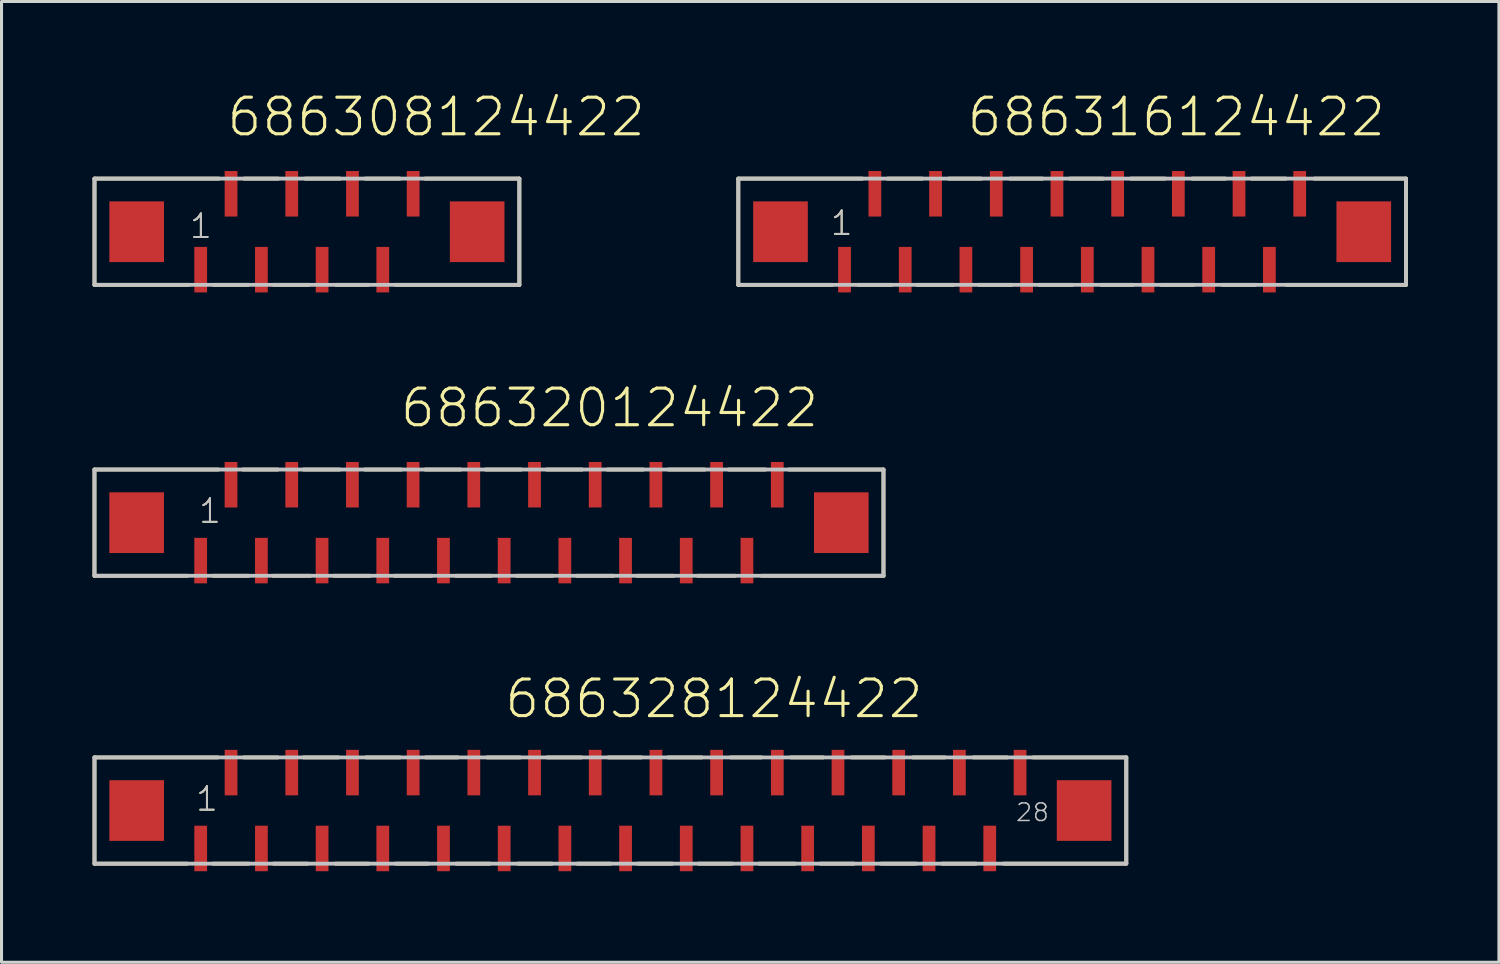
<source format=kicad_pcb>
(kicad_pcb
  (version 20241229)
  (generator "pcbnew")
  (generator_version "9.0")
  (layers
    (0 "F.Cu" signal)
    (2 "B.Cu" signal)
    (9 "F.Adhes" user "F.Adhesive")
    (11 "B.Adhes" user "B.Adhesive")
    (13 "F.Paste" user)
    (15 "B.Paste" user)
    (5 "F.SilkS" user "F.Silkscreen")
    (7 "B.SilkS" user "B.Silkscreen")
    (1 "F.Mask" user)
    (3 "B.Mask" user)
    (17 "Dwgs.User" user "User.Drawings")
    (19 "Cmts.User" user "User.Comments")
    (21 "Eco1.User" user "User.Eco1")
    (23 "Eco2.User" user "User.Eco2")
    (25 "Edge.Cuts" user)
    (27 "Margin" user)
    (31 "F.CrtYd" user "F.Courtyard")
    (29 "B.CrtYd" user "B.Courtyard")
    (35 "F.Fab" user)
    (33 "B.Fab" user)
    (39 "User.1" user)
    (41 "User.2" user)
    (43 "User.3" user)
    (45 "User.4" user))
  (footprint "686308124422"
    (layer "F.Cu")
    (at 7.064 4.586)
    (property "Reference" "686308124422" (at -2.7 -3.075 0) (layer "F.SilkS") (effects (font (size 1.206 1.206) (thickness 0.102)) (justify left bottom)))
    (attr through_hole)
    (fp_line (start -7 -1.75) (end -7 1.75) (stroke (width 0.127) (type solid)) (layer "F.SilkS"))
    (fp_line (start -7 1.75) (end -3.91 1.75) (stroke (width 0.127) (type solid)) (layer "F.SilkS"))
    (fp_line (start -3.07 1.75) (end -1.94 1.75) (stroke (width 0.127) (type solid)) (layer "F.SilkS"))
    (fp_line (start -2.9 -1.75) (end -7 -1.75) (stroke (width 0.127) (type solid)) (layer "F.SilkS"))
    (fp_line (start -2.07 -1.75) (end -0.94 -1.75) (stroke (width 0.127) (type solid)) (layer "F.SilkS"))
    (fp_line (start -1.1 1.75) (end 0.06 1.75) (stroke (width 0.127) (type solid)) (layer "F.SilkS"))
    (fp_line (start -0.06 -1.75) (end 1.09 -1.75) (stroke (width 0.127) (type solid)) (layer "F.SilkS"))
    (fp_line (start 0.96 1.75) (end 2.02 1.75) (stroke (width 0.127) (type solid)) (layer "F.SilkS"))
    (fp_line (start 1.92 -1.75) (end 3.06 -1.75) (stroke (width 0.127) (type solid)) (layer "F.SilkS"))
    (fp_line (start 3.89 -1.75) (end 7 -1.75) (stroke (width 0.127) (type solid)) (layer "F.SilkS"))
    (fp_line (start 7 -1.75) (end 7 1.75) (stroke (width 0.127) (type solid)) (layer "F.SilkS"))
    (fp_line (start 7 1.75) (end 2.92 1.75) (stroke (width 0.127) (type solid)) (layer "F.SilkS"))
    (fp_line (start -7 -1.75) (end -7 1.75) (stroke (width 0.127) (type solid)) (layer "Dwgs.User"))
    (fp_line (start -7 1.75) (end 7 1.75) (stroke (width 0.127) (type solid)) (layer "Dwgs.User"))
    (fp_line (start 7 -1.75) (end -7 -1.75) (stroke (width 0.127) (type solid)) (layer "Dwgs.User"))
    (fp_line (start 7 1.75) (end 7 -1.75) (stroke (width 0.127) (type solid)) (layer "Dwgs.User"))
    (fp_text user "1" (at -3.905 0.27 0) (layer "F.SilkS") (effects (font (size 0.772 0.772) (thickness 0.065)) (justify left bottom)))
    (fp_text user "1" (at -3.905 0.27 0) (layer "Dwgs.User") (effects (font (size 0.772 0.772) (thickness 0.065)) (justify left bottom)))
    (pad "1" smd rect (at -3.5 1.25 180) (size 0.42 1.5) (layers "F.Cu" "F.Mask" "F.Paste"))
    (pad "2" smd rect (at -2.5 -1.25 180) (size 0.42 1.5) (layers "F.Cu" "F.Mask" "F.Paste"))
    (pad "3" smd rect (at -1.5 1.25 180) (size 0.42 1.5) (layers "F.Cu" "F.Mask" "F.Paste"))
    (pad "4" smd rect (at -0.5 -1.25 180) (size 0.42 1.5) (layers "F.Cu" "F.Mask" "F.Paste"))
    (pad "5" smd rect (at 0.5 1.25 180) (size 0.42 1.5) (layers "F.Cu" "F.Mask" "F.Paste"))
    (pad "6" smd rect (at 1.5 -1.25 180) (size 0.42 1.5) (layers "F.Cu" "F.Mask" "F.Paste"))
    (pad "7" smd rect (at 2.5 1.25 180) (size 0.42 1.5) (layers "F.Cu" "F.Mask" "F.Paste"))
    (pad "8" smd rect (at 3.5 -1.25 180) (size 0.42 1.5) (layers "F.Cu" "F.Mask" "F.Paste"))
    (pad "Z1" smd rect (at -5.61 0 180) (size 1.8 2) (layers "F.Cu" "F.Mask" "F.Paste"))
    (pad "Z2" smd rect (at 5.61 0 180) (size 1.8 2) (layers "F.Cu" "F.Mask" "F.Paste")))
  (footprint "686328124422"
    (layer "F.Cu")
    (at 17.064 23.659)
    (property "Reference" "686328124422" (at -3.545 -2.975 0) (layer "F.SilkS") (effects (font (size 1.206 1.206) (thickness 0.102)) (justify left bottom)))
    (attr through_hole)
    (fp_line (start -17 -1.75) (end -17 1.75) (stroke (width 0.127) (type solid)) (layer "F.SilkS"))
    (fp_line (start -17 1.75) (end -13.95 1.75) (stroke (width 0.127) (type solid)) (layer "F.SilkS"))
    (fp_line (start -13.09 1.75) (end -11.92 1.75) (stroke (width 0.127) (type solid)) (layer "F.SilkS"))
    (fp_line (start -12.94 -1.75) (end -17 -1.75) (stroke (width 0.127) (type solid)) (layer "F.SilkS"))
    (fp_line (start -12.08 -1.75) (end -10.96 -1.75) (stroke (width 0.127) (type solid)) (layer "F.SilkS"))
    (fp_line (start -11.1 1.75) (end -9.97 1.75) (stroke (width 0.127) (type solid)) (layer "F.SilkS"))
    (fp_line (start -10.11 -1.75) (end -8.96 -1.75) (stroke (width 0.127) (type solid)) (layer "F.SilkS"))
    (fp_line (start -9.06 1.75) (end -7.97 1.75) (stroke (width 0.127) (type solid)) (layer "F.SilkS"))
    (fp_line (start -8.05 -1.75) (end -6.94 -1.75) (stroke (width 0.127) (type solid)) (layer "F.SilkS"))
    (fp_line (start -7.07 1.75) (end -6 1.75) (stroke (width 0.127) (type solid)) (layer "F.SilkS"))
    (fp_line (start -6.09 -1.75) (end -5.03 -1.75) (stroke (width 0.127) (type solid)) (layer "F.SilkS"))
    (fp_line (start -5.08 1.75) (end -3.98 1.75) (stroke (width 0.127) (type solid)) (layer "F.SilkS"))
    (fp_line (start -4.06 -1.75) (end -2.98 -1.75) (stroke (width 0.127) (type solid)) (layer "F.SilkS"))
    (fp_line (start -3.05 1.75) (end -1.93 1.75) (stroke (width 0.127) (type solid)) (layer "F.SilkS"))
    (fp_line (start -2.08 -1.75) (end -0.96 -1.75) (stroke (width 0.127) (type solid)) (layer "F.SilkS"))
    (fp_line (start -1.09 1.75) (end 0 1.75) (stroke (width 0.127) (type solid)) (layer "F.SilkS"))
    (fp_line (start -0.07 -1.75) (end 1.02 -1.75) (stroke (width 0.127) (type solid)) (layer "F.SilkS"))
    (fp_line (start 0.9 1.75) (end 2.04 1.75) (stroke (width 0.127) (type solid)) (layer "F.SilkS"))
    (fp_line (start 1.9 -1.75) (end 3.01 -1.75) (stroke (width 0.127) (type solid)) (layer "F.SilkS"))
    (fp_line (start 2.9 1.75) (end 4.01 1.75) (stroke (width 0.127) (type solid)) (layer "F.SilkS"))
    (fp_line (start 3.96 -1.75) (end 4.97 -1.75) (stroke (width 0.127) (type solid)) (layer "F.SilkS"))
    (fp_line (start 4.9 1.75) (end 6.08 1.75) (stroke (width 0.127) (type solid)) (layer "F.SilkS"))
    (fp_line (start 5.95 -1.75) (end 7.01 -1.75) (stroke (width 0.127) (type solid)) (layer "F.SilkS"))
    (fp_line (start 6.91 1.75) (end 8.02 1.75) (stroke (width 0.127) (type solid)) (layer "F.SilkS"))
    (fp_line (start 7.95 -1.75) (end 9.04 -1.75) (stroke (width 0.127) (type solid)) (layer "F.SilkS"))
    (fp_line (start 8.92 1.75) (end 10.07 1.75) (stroke (width 0.127) (type solid)) (layer "F.SilkS"))
    (fp_line (start 9.97 -1.75) (end 11.02 -1.75) (stroke (width 0.127) (type solid)) (layer "F.SilkS"))
    (fp_line (start 10.93 1.75) (end 12.04 1.75) (stroke (width 0.127) (type solid)) (layer "F.SilkS"))
    (fp_line (start 11.96 -1.75) (end 13.08 -1.75) (stroke (width 0.127) (type solid)) (layer "F.SilkS"))
    (fp_line (start 12.96 1.75) (end 17 1.75) (stroke (width 0.127) (type solid)) (layer "F.SilkS"))
    (fp_line (start 17 -1.75) (end 13.93 -1.75) (stroke (width 0.127) (type solid)) (layer "F.SilkS"))
    (fp_line (start 17 1.75) (end 17 -1.75) (stroke (width 0.127) (type solid)) (layer "F.SilkS"))
    (fp_line (start -17 -1.75) (end -17 1.75) (stroke (width 0.127) (type solid)) (layer "Dwgs.User"))
    (fp_line (start -17 1.75) (end 17 1.75) (stroke (width 0.127) (type solid)) (layer "Dwgs.User"))
    (fp_line (start 17 -1.75) (end -17 -1.75) (stroke (width 0.127) (type solid)) (layer "Dwgs.User"))
    (fp_line (start 17 1.75) (end 17 -1.75) (stroke (width 0.127) (type solid)) (layer "Dwgs.User"))
    (fp_text user "1" (at -13.705 0.07 0) (layer "F.SilkS") (effects (font (size 0.772 0.772) (thickness 0.065)) (justify left bottom)))
    (fp_text user "28" (at 13.325 0.4 0) (layer "Dwgs.User") (effects (font (size 0.579 0.579) (thickness 0.049)) (justify left bottom)))
    (fp_text user "1" (at -13.705 0.07 0) (layer "Dwgs.User") (effects (font (size 0.772 0.772) (thickness 0.065)) (justify left bottom)))
    (pad "1" smd rect (at -13.5 1.25 180) (size 0.42 1.5) (layers "F.Cu" "F.Mask" "F.Paste"))
    (pad "2" smd rect (at -12.5 -1.25 180) (size 0.42 1.5) (layers "F.Cu" "F.Mask" "F.Paste"))
    (pad "3" smd rect (at -11.5 1.25 180) (size 0.42 1.5) (layers "F.Cu" "F.Mask" "F.Paste"))
    (pad "4" smd rect (at -10.5 -1.25 180) (size 0.42 1.5) (layers "F.Cu" "F.Mask" "F.Paste"))
    (pad "5" smd rect (at -9.5 1.25 180) (size 0.42 1.5) (layers "F.Cu" "F.Mask" "F.Paste"))
    (pad "6" smd rect (at -8.5 -1.25 180) (size 0.42 1.5) (layers "F.Cu" "F.Mask" "F.Paste"))
    (pad "7" smd rect (at -7.5 1.25 180) (size 0.42 1.5) (layers "F.Cu" "F.Mask" "F.Paste"))
    (pad "8" smd rect (at -6.5 -1.25 180) (size 0.42 1.5) (layers "F.Cu" "F.Mask" "F.Paste"))
    (pad "9" smd rect (at -5.5 1.25 180) (size 0.42 1.5) (layers "F.Cu" "F.Mask" "F.Paste"))
    (pad "10" smd rect (at -4.5 -1.25 180) (size 0.42 1.5) (layers "F.Cu" "F.Mask" "F.Paste"))
    (pad "11" smd rect (at -3.5 1.25 180) (size 0.42 1.5) (layers "F.Cu" "F.Mask" "F.Paste"))
    (pad "12" smd rect (at -2.5 -1.25 180) (size 0.42 1.5) (layers "F.Cu" "F.Mask" "F.Paste"))
    (pad "13" smd rect (at -1.5 1.25 180) (size 0.42 1.5) (layers "F.Cu" "F.Mask" "F.Paste"))
    (pad "14" smd rect (at -0.5 -1.25 180) (size 0.42 1.5) (layers "F.Cu" "F.Mask" "F.Paste"))
    (pad "15" smd rect (at 0.5 1.25 180) (size 0.42 1.5) (layers "F.Cu" "F.Mask" "F.Paste"))
    (pad "16" smd rect (at 1.5 -1.25 180) (size 0.42 1.5) (layers "F.Cu" "F.Mask" "F.Paste"))
    (pad "17" smd rect (at 2.5 1.25 180) (size 0.42 1.5) (layers "F.Cu" "F.Mask" "F.Paste"))
    (pad "18" smd rect (at 3.5 -1.25 180) (size 0.42 1.5) (layers "F.Cu" "F.Mask" "F.Paste"))
    (pad "19" smd rect (at 4.5 1.25 180) (size 0.42 1.5) (layers "F.Cu" "F.Mask" "F.Paste"))
    (pad "20" smd rect (at 5.5 -1.25 180) (size 0.42 1.5) (layers "F.Cu" "F.Mask" "F.Paste"))
    (pad "21" smd rect (at 6.5 1.25 180) (size 0.42 1.5) (layers "F.Cu" "F.Mask" "F.Paste"))
    (pad "22" smd rect (at 7.5 -1.25 180) (size 0.42 1.5) (layers "F.Cu" "F.Mask" "F.Paste"))
    (pad "23" smd rect (at 8.5 1.25 180) (size 0.42 1.5) (layers "F.Cu" "F.Mask" "F.Paste"))
    (pad "24" smd rect (at 9.5 -1.25 180) (size 0.42 1.5) (layers "F.Cu" "F.Mask" "F.Paste"))
    (pad "25" smd rect (at 10.5 1.25 180) (size 0.42 1.5) (layers "F.Cu" "F.Mask" "F.Paste"))
    (pad "26" smd rect (at 11.5 -1.25 180) (size 0.42 1.5) (layers "F.Cu" "F.Mask" "F.Paste"))
    (pad "27" smd rect (at 12.5 1.25 180) (size 0.42 1.5) (layers "F.Cu" "F.Mask" "F.Paste"))
    (pad "28" smd rect (at 13.5 -1.25 180) (size 0.42 1.5) (layers "F.Cu" "F.Mask" "F.Paste"))
    (pad "Z1" smd rect (at -15.61 0 180) (size 1.8 2) (layers "F.Cu" "F.Mask" "F.Paste"))
    (pad "Z2" smd rect (at 15.61 0 180) (size 1.8 2) (layers "F.Cu" "F.Mask" "F.Paste")))
  (footprint "686320124422"
    (layer "F.Cu")
    (at 13.063 14.173)
    (property "Reference" "686320124422" (at -2.985 -3.075 0) (layer "F.SilkS") (effects (font (size 1.206 1.206) (thickness 0.102)) (justify left bottom)))
    (attr through_hole)
    (fp_line (start -13 -1.75) (end -13 1.75) (stroke (width 0.127) (type solid)) (layer "F.SilkS"))
    (fp_line (start -13 1.75) (end -9.94 1.75) (stroke (width 0.127) (type solid)) (layer "F.SilkS"))
    (fp_line (start -9.08 1.75) (end -7.92 1.75) (stroke (width 0.127) (type solid)) (layer "F.SilkS"))
    (fp_line (start -8.92 -1.75) (end -13 -1.75) (stroke (width 0.127) (type solid)) (layer "F.SilkS"))
    (fp_line (start -8.11 -1.75) (end -6.96 -1.75) (stroke (width 0.127) (type solid)) (layer "F.SilkS"))
    (fp_line (start -7.11 1.75) (end -5.89 1.75) (stroke (width 0.127) (type solid)) (layer "F.SilkS"))
    (fp_line (start -6.11 -1.75) (end -4.92 -1.75) (stroke (width 0.127) (type solid)) (layer "F.SilkS"))
    (fp_line (start -5.11 1.75) (end -3.93 1.75) (stroke (width 0.127) (type solid)) (layer "F.SilkS"))
    (fp_line (start -4.09 -1.75) (end -2.89 -1.75) (stroke (width 0.127) (type solid)) (layer "F.SilkS"))
    (fp_line (start -3.11 1.75) (end -1.9 1.75) (stroke (width 0.127) (type solid)) (layer "F.SilkS"))
    (fp_line (start -2.1 -1.75) (end -0.94 -1.75) (stroke (width 0.127) (type solid)) (layer "F.SilkS"))
    (fp_line (start -1.09 1.75) (end 0.06 1.75) (stroke (width 0.127) (type solid)) (layer "F.SilkS"))
    (fp_line (start -0.11 -1.75) (end 1.06 -1.75) (stroke (width 0.127) (type solid)) (layer "F.SilkS"))
    (fp_line (start 0.91 1.75) (end 2.1 1.75) (stroke (width 0.127) (type solid)) (layer "F.SilkS"))
    (fp_line (start 1.9 -1.75) (end 3.07 -1.75) (stroke (width 0.127) (type solid)) (layer "F.SilkS"))
    (fp_line (start 2.89 1.75) (end 4.1 1.75) (stroke (width 0.127) (type solid)) (layer "F.SilkS"))
    (fp_line (start 3.9 -1.75) (end 5.08 -1.75) (stroke (width 0.127) (type solid)) (layer "F.SilkS"))
    (fp_line (start 4.88 1.75) (end 6.09 1.75) (stroke (width 0.127) (type solid)) (layer "F.SilkS"))
    (fp_line (start 5.91 -1.75) (end 7.11 -1.75) (stroke (width 0.127) (type solid)) (layer "F.SilkS"))
    (fp_line (start 6.88 1.75) (end 8.11 1.75) (stroke (width 0.127) (type solid)) (layer "F.SilkS"))
    (fp_line (start 7.9 -1.75) (end 9.11 -1.75) (stroke (width 0.127) (type solid)) (layer "F.SilkS"))
    (fp_line (start 9.88 -1.75) (end 13 -1.75) (stroke (width 0.127) (type solid)) (layer "F.SilkS"))
    (fp_line (start 13 -1.75) (end 13 1.75) (stroke (width 0.127) (type solid)) (layer "F.SilkS"))
    (fp_line (start 13 1.75) (end 8.98 1.75) (stroke (width 0.127) (type solid)) (layer "F.SilkS"))
    (fp_line (start -13 -1.75) (end -13 1.75) (stroke (width 0.127) (type solid)) (layer "Dwgs.User"))
    (fp_line (start -13 1.75) (end 13 1.75) (stroke (width 0.127) (type solid)) (layer "Dwgs.User"))
    (fp_line (start 13 -1.75) (end -13 -1.75) (stroke (width 0.127) (type solid)) (layer "Dwgs.User"))
    (fp_line (start 13 1.75) (end 13 -1.75) (stroke (width 0.127) (type solid)) (layer "Dwgs.User"))
    (fp_text user "1" (at -9.605 0.07 0) (layer "F.SilkS") (effects (font (size 0.772 0.772) (thickness 0.065)) (justify left bottom)))
    (fp_text user "1" (at -9.605 0.07 0) (layer "Dwgs.User") (effects (font (size 0.772 0.772) (thickness 0.065)) (justify left bottom)))
    (pad "1" smd rect (at -9.5 1.25 180) (size 0.42 1.5) (layers "F.Cu" "F.Mask" "F.Paste"))
    (pad "2" smd rect (at -8.5 -1.25 180) (size 0.42 1.5) (layers "F.Cu" "F.Mask" "F.Paste"))
    (pad "3" smd rect (at -7.5 1.25 180) (size 0.42 1.5) (layers "F.Cu" "F.Mask" "F.Paste"))
    (pad "4" smd rect (at -6.5 -1.25 180) (size 0.42 1.5) (layers "F.Cu" "F.Mask" "F.Paste"))
    (pad "5" smd rect (at -5.5 1.25 180) (size 0.42 1.5) (layers "F.Cu" "F.Mask" "F.Paste"))
    (pad "6" smd rect (at -4.5 -1.25 180) (size 0.42 1.5) (layers "F.Cu" "F.Mask" "F.Paste"))
    (pad "7" smd rect (at -3.5 1.25 180) (size 0.42 1.5) (layers "F.Cu" "F.Mask" "F.Paste"))
    (pad "8" smd rect (at -2.5 -1.25 180) (size 0.42 1.5) (layers "F.Cu" "F.Mask" "F.Paste"))
    (pad "9" smd rect (at -1.5 1.25 180) (size 0.42 1.5) (layers "F.Cu" "F.Mask" "F.Paste"))
    (pad "10" smd rect (at -0.5 -1.25 180) (size 0.42 1.5) (layers "F.Cu" "F.Mask" "F.Paste"))
    (pad "11" smd rect (at 0.5 1.25 180) (size 0.42 1.5) (layers "F.Cu" "F.Mask" "F.Paste"))
    (pad "12" smd rect (at 1.5 -1.25 180) (size 0.42 1.5) (layers "F.Cu" "F.Mask" "F.Paste"))
    (pad "13" smd rect (at 2.5 1.25 180) (size 0.42 1.5) (layers "F.Cu" "F.Mask" "F.Paste"))
    (pad "14" smd rect (at 3.5 -1.25 180) (size 0.42 1.5) (layers "F.Cu" "F.Mask" "F.Paste"))
    (pad "15" smd rect (at 4.5 1.25 180) (size 0.42 1.5) (layers "F.Cu" "F.Mask" "F.Paste"))
    (pad "16" smd rect (at 5.5 -1.25 180) (size 0.42 1.5) (layers "F.Cu" "F.Mask" "F.Paste"))
    (pad "17" smd rect (at 6.5 1.25 180) (size 0.42 1.5) (layers "F.Cu" "F.Mask" "F.Paste"))
    (pad "18" smd rect (at 7.5 -1.25 180) (size 0.42 1.5) (layers "F.Cu" "F.Mask" "F.Paste"))
    (pad "19" smd rect (at 8.5 1.25 180) (size 0.42 1.5) (layers "F.Cu" "F.Mask" "F.Paste"))
    (pad "20" smd rect (at 9.5 -1.25 180) (size 0.42 1.5) (layers "F.Cu" "F.Mask" "F.Paste"))
    (pad "Z1" smd rect (at -11.61 0 180) (size 1.8 2) (layers "F.Cu" "F.Mask" "F.Paste"))
    (pad "Z2" smd rect (at 11.61 0 180) (size 1.8 2) (layers "F.Cu" "F.Mask" "F.Paste")))
  (footprint "686316124422"
    (layer "F.Cu")
    (at 32.279 4.586)
    (property "Reference" "686316124422" (at -3.525 -3.075 0) (layer "F.SilkS") (effects (font (size 1.206 1.206) (thickness 0.102)) (justify left bottom)))
    (attr through_hole)
    (fp_line (start -11 -1.75) (end -11 1.75) (stroke (width 0.127) (type solid)) (layer "F.SilkS"))
    (fp_line (start -11 1.75) (end -7.91 1.75) (stroke (width 0.127) (type solid)) (layer "F.SilkS"))
    (fp_line (start -7.06 1.75) (end -5.95 1.75) (stroke (width 0.127) (type solid)) (layer "F.SilkS"))
    (fp_line (start -6.91 -1.75) (end -11 -1.75) (stroke (width 0.127) (type solid)) (layer "F.SilkS"))
    (fp_line (start -6.08 -1.75) (end -4.94 -1.75) (stroke (width 0.127) (type solid)) (layer "F.SilkS"))
    (fp_line (start -5.09 1.75) (end -3.92 1.75) (stroke (width 0.127) (type solid)) (layer "F.SilkS"))
    (fp_line (start -4.07 -1.75) (end -3 -1.75) (stroke (width 0.127) (type solid)) (layer "F.SilkS"))
    (fp_line (start -3.07 1.75) (end -1.99 1.75) (stroke (width 0.127) (type solid)) (layer "F.SilkS"))
    (fp_line (start -2.05 -1.75) (end -0.97 -1.75) (stroke (width 0.127) (type solid)) (layer "F.SilkS"))
    (fp_line (start -1.08 1.75) (end 0.01 1.75) (stroke (width 0.127) (type solid)) (layer "F.SilkS"))
    (fp_line (start -0.08 -1.75) (end 1.02 -1.75) (stroke (width 0.127) (type solid)) (layer "F.SilkS"))
    (fp_line (start 0.96 1.75) (end 2 1.75) (stroke (width 0.127) (type solid)) (layer "F.SilkS"))
    (fp_line (start 1.93 -1.75) (end 3.06 -1.75) (stroke (width 0.127) (type solid)) (layer "F.SilkS"))
    (fp_line (start 2.93 1.75) (end 4 1.75) (stroke (width 0.127) (type solid)) (layer "F.SilkS"))
    (fp_line (start 3.96 -1.75) (end 5.05 -1.75) (stroke (width 0.127) (type solid)) (layer "F.SilkS"))
    (fp_line (start 4.96 1.75) (end 6.03 1.75) (stroke (width 0.127) (type solid)) (layer "F.SilkS"))
    (fp_line (start 5.91 -1.75) (end 7.04 -1.75) (stroke (width 0.127) (type solid)) (layer "F.SilkS"))
    (fp_line (start 7.98 -1.75) (end 11 -1.75) (stroke (width 0.127) (type solid)) (layer "F.SilkS"))
    (fp_line (start 11 -1.75) (end 11 1.75) (stroke (width 0.127) (type solid)) (layer "F.SilkS"))
    (fp_line (start 11 1.75) (end 7.07 1.75) (stroke (width 0.127) (type solid)) (layer "F.SilkS"))
    (fp_line (start -11 -1.75) (end -11 1.75) (stroke (width 0.127) (type solid)) (layer "Dwgs.User"))
    (fp_line (start -11 1.75) (end 11 1.75) (stroke (width 0.127) (type solid)) (layer "Dwgs.User"))
    (fp_line (start 11 -1.75) (end -11 -1.75) (stroke (width 0.127) (type solid)) (layer "Dwgs.User"))
    (fp_line (start 11 1.75) (end 11 -1.75) (stroke (width 0.127) (type solid)) (layer "Dwgs.User"))
    (fp_text user "1" (at -8.005 0.17 0) (layer "F.SilkS") (effects (font (size 0.772 0.772) (thickness 0.065)) (justify left bottom)))
    (fp_text user "1" (at -8.005 0.17 0) (layer "Dwgs.User") (effects (font (size 0.772 0.772) (thickness 0.065)) (justify left bottom)))
    (pad "1" smd rect (at -7.5 1.25 180) (size 0.42 1.5) (layers "F.Cu" "F.Mask" "F.Paste"))
    (pad "2" smd rect (at -6.5 -1.25 180) (size 0.42 1.5) (layers "F.Cu" "F.Mask" "F.Paste"))
    (pad "3" smd rect (at -5.5 1.25 180) (size 0.42 1.5) (layers "F.Cu" "F.Mask" "F.Paste"))
    (pad "4" smd rect (at -4.5 -1.25 180) (size 0.42 1.5) (layers "F.Cu" "F.Mask" "F.Paste"))
    (pad "5" smd rect (at -3.5 1.25 180) (size 0.42 1.5) (layers "F.Cu" "F.Mask" "F.Paste"))
    (pad "6" smd rect (at -2.5 -1.25 180) (size 0.42 1.5) (layers "F.Cu" "F.Mask" "F.Paste"))
    (pad "7" smd rect (at -1.5 1.25 180) (size 0.42 1.5) (layers "F.Cu" "F.Mask" "F.Paste"))
    (pad "8" smd rect (at -0.5 -1.25 180) (size 0.42 1.5) (layers "F.Cu" "F.Mask" "F.Paste"))
    (pad "9" smd rect (at 0.5 1.25 180) (size 0.42 1.5) (layers "F.Cu" "F.Mask" "F.Paste"))
    (pad "10" smd rect (at 1.5 -1.25 180) (size 0.42 1.5) (layers "F.Cu" "F.Mask" "F.Paste"))
    (pad "11" smd rect (at 2.5 1.25 180) (size 0.42 1.5) (layers "F.Cu" "F.Mask" "F.Paste"))
    (pad "12" smd rect (at 3.5 -1.25 180) (size 0.42 1.5) (layers "F.Cu" "F.Mask" "F.Paste"))
    (pad "13" smd rect (at 4.5 1.25 180) (size 0.42 1.5) (layers "F.Cu" "F.Mask" "F.Paste"))
    (pad "14" smd rect (at 5.5 -1.25 180) (size 0.42 1.5) (layers "F.Cu" "F.Mask" "F.Paste"))
    (pad "15" smd rect (at 6.5 1.25 180) (size 0.42 1.5) (layers "F.Cu" "F.Mask" "F.Paste"))
    (pad "16" smd rect (at 7.5 -1.25 180) (size 0.42 1.5) (layers "F.Cu" "F.Mask" "F.Paste"))
    (pad "Z1" smd rect (at -9.61 0 180) (size 1.8 2) (layers "F.Cu" "F.Mask" "F.Paste"))
    (pad "Z2" smd rect (at 9.61 0 180) (size 1.8 2) (layers "F.Cu" "F.Mask" "F.Paste")))
  (gr_rect
    (start -3 -3)
    (end 46.343 28.659)
    (stroke (width 0.1) (type default))
    (fill no)
    (layer "Edge.Cuts")))
</source>
